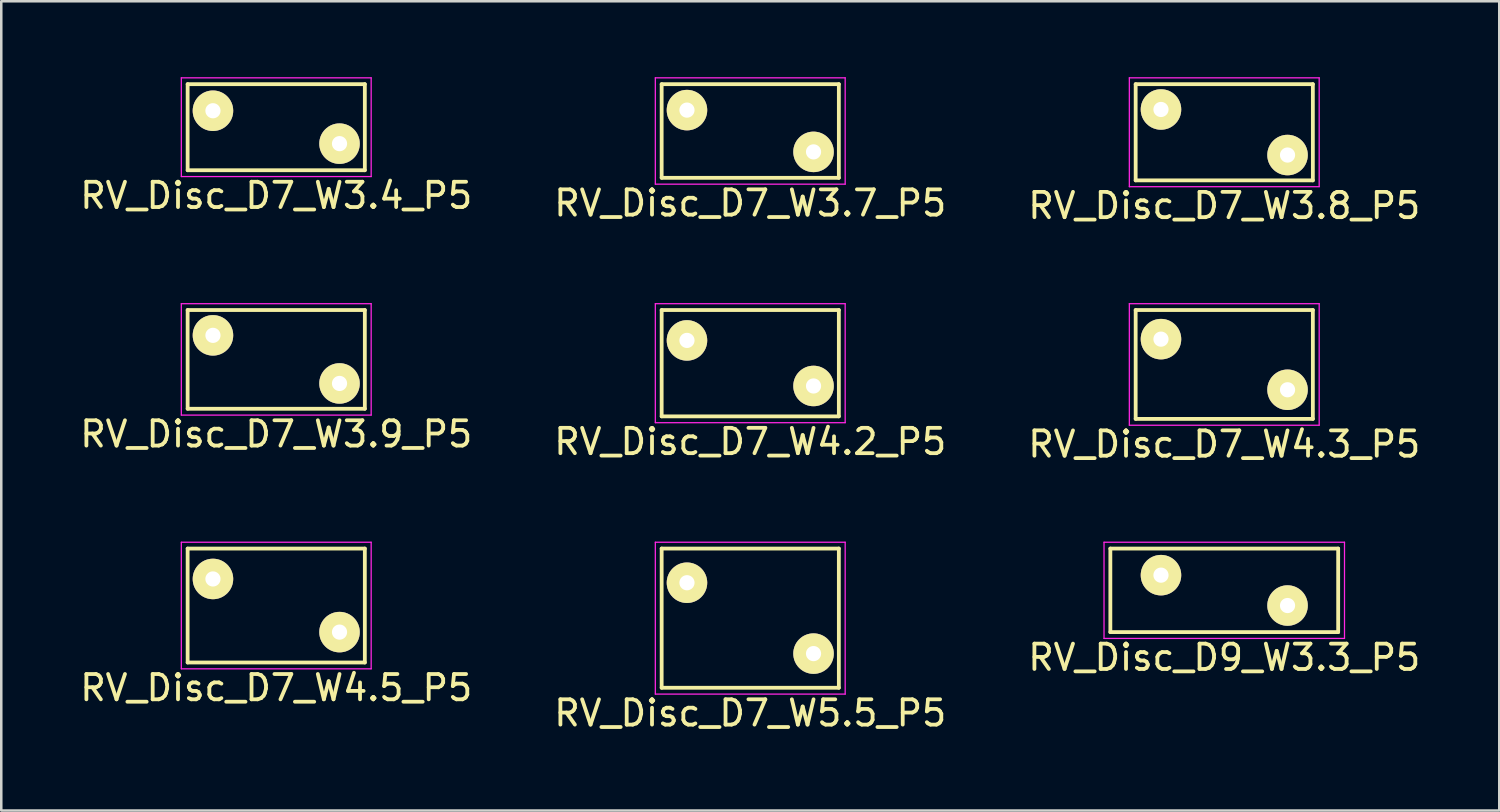
<source format=kicad_pcb>
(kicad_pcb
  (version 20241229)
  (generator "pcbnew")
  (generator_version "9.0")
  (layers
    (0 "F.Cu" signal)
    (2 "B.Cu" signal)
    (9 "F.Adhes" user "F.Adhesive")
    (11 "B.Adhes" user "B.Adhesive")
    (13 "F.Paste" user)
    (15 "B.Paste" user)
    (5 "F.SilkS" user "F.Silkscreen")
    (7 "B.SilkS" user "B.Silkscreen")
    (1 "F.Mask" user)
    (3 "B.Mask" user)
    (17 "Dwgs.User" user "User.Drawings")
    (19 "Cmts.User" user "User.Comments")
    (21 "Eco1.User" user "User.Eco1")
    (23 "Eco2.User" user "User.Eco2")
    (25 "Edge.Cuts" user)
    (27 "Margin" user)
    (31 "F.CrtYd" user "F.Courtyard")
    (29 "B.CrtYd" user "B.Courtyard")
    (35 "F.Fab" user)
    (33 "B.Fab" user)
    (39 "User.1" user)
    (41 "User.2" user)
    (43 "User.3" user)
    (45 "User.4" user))
  (footprint "RV_Disc_D9_W3.3_P5"
    (layer "F.Cu")
    (at 42.815 19.672)
    (property "Reference" "RV_Disc_D9_W3.3_P5" (at 2.5 3.25 0) (layer "F.SilkS") (effects (font (size 1 1) (thickness 0.15))))
    (attr through_hole)
    (fp_line (start -2 -1.05) (end -2 2.25) (stroke (width 0.15) (type solid)) (layer "F.SilkS"))
    (fp_line (start -2 -1.05) (end 7 -1.05) (stroke (width 0.15) (type solid)) (layer "F.SilkS"))
    (fp_line (start -2 2.25) (end 7 2.25) (stroke (width 0.15) (type solid)) (layer "F.SilkS"))
    (fp_line (start 7 -1.05) (end 7 2.25) (stroke (width 0.15) (type solid)) (layer "F.SilkS"))
    (fp_line (start -2.25 -1.3) (end -2.25 2.5) (stroke (width 0.05) (type solid)) (layer "F.CrtYd"))
    (fp_line (start -2.25 -1.3) (end 7.25 -1.3) (stroke (width 0.05) (type solid)) (layer "F.CrtYd"))
    (fp_line (start -2.25 2.5) (end 7.25 2.5) (stroke (width 0.05) (type solid)) (layer "F.CrtYd"))
    (fp_line (start 7.25 -1.3) (end 7.25 2.5) (stroke (width 0.05) (type solid)) (layer "F.CrtYd"))
    (pad "1" thru_hole circle (at 0 0) (size 1.6 1.6) (drill 0.6) (layers "*.Cu" "*.Mask" "F.SilkS"))
    (pad "2" thru_hole circle (at 5 1.2) (size 1.6 1.6) (drill 0.6) (layers "*.Cu" "*.Mask" "F.SilkS")))
  (footprint "RV_Disc_D7_W3.7_P5"
    (layer "F.Cu")
    (at 24.089 1.3)
    (property "Reference" "RV_Disc_D7_W3.7_P5" (at 2.5 3.675 0) (layer "F.SilkS") (effects (font (size 1 1) (thickness 0.15))))
    (attr through_hole)
    (fp_line (start -1 -1.025) (end -1 2.675) (stroke (width 0.15) (type solid)) (layer "F.SilkS"))
    (fp_line (start -1 -1.025) (end 6 -1.025) (stroke (width 0.15) (type solid)) (layer "F.SilkS"))
    (fp_line (start -1 2.675) (end 6 2.675) (stroke (width 0.15) (type solid)) (layer "F.SilkS"))
    (fp_line (start 6 -1.025) (end 6 2.675) (stroke (width 0.15) (type solid)) (layer "F.SilkS"))
    (fp_line (start -1.25 -1.275) (end -1.25 2.925) (stroke (width 0.05) (type solid)) (layer "F.CrtYd"))
    (fp_line (start -1.25 -1.275) (end 6.25 -1.275) (stroke (width 0.05) (type solid)) (layer "F.CrtYd"))
    (fp_line (start -1.25 2.925) (end 6.25 2.925) (stroke (width 0.05) (type solid)) (layer "F.CrtYd"))
    (fp_line (start 6.25 -1.275) (end 6.25 2.925) (stroke (width 0.05) (type solid)) (layer "F.CrtYd"))
    (pad "1" thru_hole circle (at 0 0) (size 1.6 1.6) (drill 0.6) (layers "*.Cu" "*.Mask" "F.SilkS"))
    (pad "2" thru_hole circle (at 5 1.65) (size 1.6 1.6) (drill 0.6) (layers "*.Cu" "*.Mask" "F.SilkS")))
  (footprint "RV_Disc_D7_W3.4_P5"
    (layer "F.Cu")
    (at 5.363 1.325)
    (property "Reference" "RV_Disc_D7_W3.4_P5" (at 2.5 3.35 0) (layer "F.SilkS") (effects (font (size 1 1) (thickness 0.15))))
    (attr through_hole)
    (fp_line (start -1 -1.05) (end -1 2.35) (stroke (width 0.15) (type solid)) (layer "F.SilkS"))
    (fp_line (start -1 -1.05) (end 6 -1.05) (stroke (width 0.15) (type solid)) (layer "F.SilkS"))
    (fp_line (start -1 2.35) (end 6 2.35) (stroke (width 0.15) (type solid)) (layer "F.SilkS"))
    (fp_line (start 6 -1.05) (end 6 2.35) (stroke (width 0.15) (type solid)) (layer "F.SilkS"))
    (fp_line (start -1.25 -1.3) (end -1.25 2.6) (stroke (width 0.05) (type solid)) (layer "F.CrtYd"))
    (fp_line (start -1.25 -1.3) (end 6.25 -1.3) (stroke (width 0.05) (type solid)) (layer "F.CrtYd"))
    (fp_line (start -1.25 2.6) (end 6.25 2.6) (stroke (width 0.05) (type solid)) (layer "F.CrtYd"))
    (fp_line (start 6.25 -1.3) (end 6.25 2.6) (stroke (width 0.05) (type solid)) (layer "F.CrtYd"))
    (pad "1" thru_hole circle (at 0 0) (size 1.6 1.6) (drill 0.6) (layers "*.Cu" "*.Mask" "F.SilkS"))
    (pad "2" thru_hole circle (at 5 1.3) (size 1.6 1.6) (drill 0.6) (layers "*.Cu" "*.Mask" "F.SilkS")))
  (footprint "RV_Disc_D7_W4.3_P5"
    (layer "F.Cu")
    (at 42.815 10.348)
    (property "Reference" "RV_Disc_D7_W4.3_P5" (at 2.5 4.15 0) (layer "F.SilkS") (effects (font (size 1 1) (thickness 0.15))))
    (attr through_hole)
    (fp_line (start -1 -1.15) (end -1 3.15) (stroke (width 0.15) (type solid)) (layer "F.SilkS"))
    (fp_line (start -1 -1.15) (end 6 -1.15) (stroke (width 0.15) (type solid)) (layer "F.SilkS"))
    (fp_line (start -1 3.15) (end 6 3.15) (stroke (width 0.15) (type solid)) (layer "F.SilkS"))
    (fp_line (start 6 -1.15) (end 6 3.15) (stroke (width 0.15) (type solid)) (layer "F.SilkS"))
    (fp_line (start -1.25 -1.4) (end -1.25 3.4) (stroke (width 0.05) (type solid)) (layer "F.CrtYd"))
    (fp_line (start -1.25 -1.4) (end 6.25 -1.4) (stroke (width 0.05) (type solid)) (layer "F.CrtYd"))
    (fp_line (start -1.25 3.4) (end 6.25 3.4) (stroke (width 0.05) (type solid)) (layer "F.CrtYd"))
    (fp_line (start 6.25 -1.4) (end 6.25 3.4) (stroke (width 0.05) (type solid)) (layer "F.CrtYd"))
    (pad "1" thru_hole circle (at 0 0) (size 1.6 1.6) (drill 0.6) (layers "*.Cu" "*.Mask" "F.SilkS"))
    (pad "2" thru_hole circle (at 5 2) (size 1.6 1.6) (drill 0.6) (layers "*.Cu" "*.Mask" "F.SilkS")))
  (footprint "RV_Disc_D7_W4.2_P5"
    (layer "F.Cu")
    (at 24.089 10.398)
    (property "Reference" "RV_Disc_D7_W4.2_P5" (at 2.5 4 0) (layer "F.SilkS") (effects (font (size 1 1) (thickness 0.15))))
    (attr through_hole)
    (fp_line (start -1 -1.2) (end -1 3) (stroke (width 0.15) (type solid)) (layer "F.SilkS"))
    (fp_line (start -1 -1.2) (end 6 -1.2) (stroke (width 0.15) (type solid)) (layer "F.SilkS"))
    (fp_line (start -1 3) (end 6 3) (stroke (width 0.15) (type solid)) (layer "F.SilkS"))
    (fp_line (start 6 -1.2) (end 6 3) (stroke (width 0.15) (type solid)) (layer "F.SilkS"))
    (fp_line (start -1.25 -1.45) (end -1.25 3.25) (stroke (width 0.05) (type solid)) (layer "F.CrtYd"))
    (fp_line (start -1.25 -1.45) (end 6.25 -1.45) (stroke (width 0.05) (type solid)) (layer "F.CrtYd"))
    (fp_line (start -1.25 3.25) (end 6.25 3.25) (stroke (width 0.05) (type solid)) (layer "F.CrtYd"))
    (fp_line (start 6.25 -1.45) (end 6.25 3.25) (stroke (width 0.05) (type solid)) (layer "F.CrtYd"))
    (pad "1" thru_hole circle (at 0 0) (size 1.6 1.6) (drill 0.6) (layers "*.Cu" "*.Mask" "F.SilkS"))
    (pad "2" thru_hole circle (at 5 1.8) (size 1.6 1.6) (drill 0.6) (layers "*.Cu" "*.Mask" "F.SilkS")))
  (footprint "RV_Disc_D7_W5.5_P5"
    (layer "F.Cu")
    (at 24.089 19.971)
    (property "Reference" "RV_Disc_D7_W5.5_P5" (at 2.5 5.15 0) (layer "F.SilkS") (effects (font (size 1 1) (thickness 0.15))))
    (attr through_hole)
    (fp_line (start -1 -1.35) (end -1 4.15) (stroke (width 0.15) (type solid)) (layer "F.SilkS"))
    (fp_line (start -1 -1.35) (end 6 -1.35) (stroke (width 0.15) (type solid)) (layer "F.SilkS"))
    (fp_line (start -1 4.15) (end 6 4.15) (stroke (width 0.15) (type solid)) (layer "F.SilkS"))
    (fp_line (start 6 -1.35) (end 6 4.15) (stroke (width 0.15) (type solid)) (layer "F.SilkS"))
    (fp_line (start -1.25 -1.6) (end -1.25 4.4) (stroke (width 0.05) (type solid)) (layer "F.CrtYd"))
    (fp_line (start -1.25 -1.6) (end 6.25 -1.6) (stroke (width 0.05) (type solid)) (layer "F.CrtYd"))
    (fp_line (start -1.25 4.4) (end 6.25 4.4) (stroke (width 0.05) (type solid)) (layer "F.CrtYd"))
    (fp_line (start 6.25 -1.6) (end 6.25 4.4) (stroke (width 0.05) (type solid)) (layer "F.CrtYd"))
    (pad "1" thru_hole circle (at 0 0) (size 1.6 1.6) (drill 0.6) (layers "*.Cu" "*.Mask" "F.SilkS"))
    (pad "2" thru_hole circle (at 5 2.8) (size 1.6 1.6) (drill 0.6) (layers "*.Cu" "*.Mask" "F.SilkS")))
  (footprint "RV_Disc_D7_W3.8_P5"
    (layer "F.Cu")
    (at 42.815 1.275)
    (property "Reference" "RV_Disc_D7_W3.8_P5" (at 2.5 3.8 0) (layer "F.SilkS") (effects (font (size 1 1) (thickness 0.15))))
    (attr through_hole)
    (fp_line (start -1 -1) (end -1 2.8) (stroke (width 0.15) (type solid)) (layer "F.SilkS"))
    (fp_line (start -1 -1) (end 6 -1) (stroke (width 0.15) (type solid)) (layer "F.SilkS"))
    (fp_line (start -1 2.8) (end 6 2.8) (stroke (width 0.15) (type solid)) (layer "F.SilkS"))
    (fp_line (start 6 -1) (end 6 2.8) (stroke (width 0.15) (type solid)) (layer "F.SilkS"))
    (fp_line (start -1.25 -1.25) (end -1.25 3.05) (stroke (width 0.05) (type solid)) (layer "F.CrtYd"))
    (fp_line (start -1.25 -1.25) (end 6.25 -1.25) (stroke (width 0.05) (type solid)) (layer "F.CrtYd"))
    (fp_line (start -1.25 3.05) (end 6.25 3.05) (stroke (width 0.05) (type solid)) (layer "F.CrtYd"))
    (fp_line (start 6.25 -1.25) (end 6.25 3.05) (stroke (width 0.05) (type solid)) (layer "F.CrtYd"))
    (pad "1" thru_hole circle (at 0 0) (size 1.6 1.6) (drill 0.6) (layers "*.Cu" "*.Mask" "F.SilkS"))
    (pad "2" thru_hole circle (at 5 1.8) (size 1.6 1.6) (drill 0.6) (layers "*.Cu" "*.Mask" "F.SilkS")))
  (footprint "RV_Disc_D7_W4.5_P5"
    (layer "F.Cu")
    (at 5.363 19.822)
    (property "Reference" "RV_Disc_D7_W4.5_P5" (at 2.5 4.3 0) (layer "F.SilkS") (effects (font (size 1 1) (thickness 0.15))))
    (attr through_hole)
    (fp_line (start -1 -1.2) (end -1 3.3) (stroke (width 0.15) (type solid)) (layer "F.SilkS"))
    (fp_line (start -1 -1.2) (end 6 -1.2) (stroke (width 0.15) (type solid)) (layer "F.SilkS"))
    (fp_line (start -1 3.3) (end 6 3.3) (stroke (width 0.15) (type solid)) (layer "F.SilkS"))
    (fp_line (start 6 -1.2) (end 6 3.3) (stroke (width 0.15) (type solid)) (layer "F.SilkS"))
    (fp_line (start -1.25 -1.45) (end -1.25 3.55) (stroke (width 0.05) (type solid)) (layer "F.CrtYd"))
    (fp_line (start -1.25 -1.45) (end 6.25 -1.45) (stroke (width 0.05) (type solid)) (layer "F.CrtYd"))
    (fp_line (start -1.25 3.55) (end 6.25 3.55) (stroke (width 0.05) (type solid)) (layer "F.CrtYd"))
    (fp_line (start 6.25 -1.45) (end 6.25 3.55) (stroke (width 0.05) (type solid)) (layer "F.CrtYd"))
    (pad "1" thru_hole circle (at 0 0) (size 1.6 1.6) (drill 0.6) (layers "*.Cu" "*.Mask" "F.SilkS"))
    (pad "2" thru_hole circle (at 5 2.1) (size 1.6 1.6) (drill 0.6) (layers "*.Cu" "*.Mask" "F.SilkS")))
  (footprint "RV_Disc_D7_W3.9_P5"
    (layer "F.Cu")
    (at 5.363 10.198)
    (property "Reference" "RV_Disc_D7_W3.9_P5" (at 2.5 3.9 0) (layer "F.SilkS") (effects (font (size 1 1) (thickness 0.15))))
    (attr through_hole)
    (fp_line (start -1 -1) (end -1 2.9) (stroke (width 0.15) (type solid)) (layer "F.SilkS"))
    (fp_line (start -1 -1) (end 6 -1) (stroke (width 0.15) (type solid)) (layer "F.SilkS"))
    (fp_line (start -1 2.9) (end 6 2.9) (stroke (width 0.15) (type solid)) (layer "F.SilkS"))
    (fp_line (start 6 -1) (end 6 2.9) (stroke (width 0.15) (type solid)) (layer "F.SilkS"))
    (fp_line (start -1.25 -1.25) (end -1.25 3.15) (stroke (width 0.05) (type solid)) (layer "F.CrtYd"))
    (fp_line (start -1.25 -1.25) (end 6.25 -1.25) (stroke (width 0.05) (type solid)) (layer "F.CrtYd"))
    (fp_line (start -1.25 3.15) (end 6.25 3.15) (stroke (width 0.05) (type solid)) (layer "F.CrtYd"))
    (fp_line (start 6.25 -1.25) (end 6.25 3.15) (stroke (width 0.05) (type solid)) (layer "F.CrtYd"))
    (pad "1" thru_hole circle (at 0 0) (size 1.6 1.6) (drill 0.6) (layers "*.Cu" "*.Mask" "F.SilkS"))
    (pad "2" thru_hole circle (at 5 1.9) (size 1.6 1.6) (drill 0.6) (layers "*.Cu" "*.Mask" "F.SilkS")))
  (gr_rect
    (start -3 -3)
    (end 56.179 28.97)
    (stroke (width 0.1) (type default))
    (fill no)
    (layer "Edge.Cuts")))
</source>
